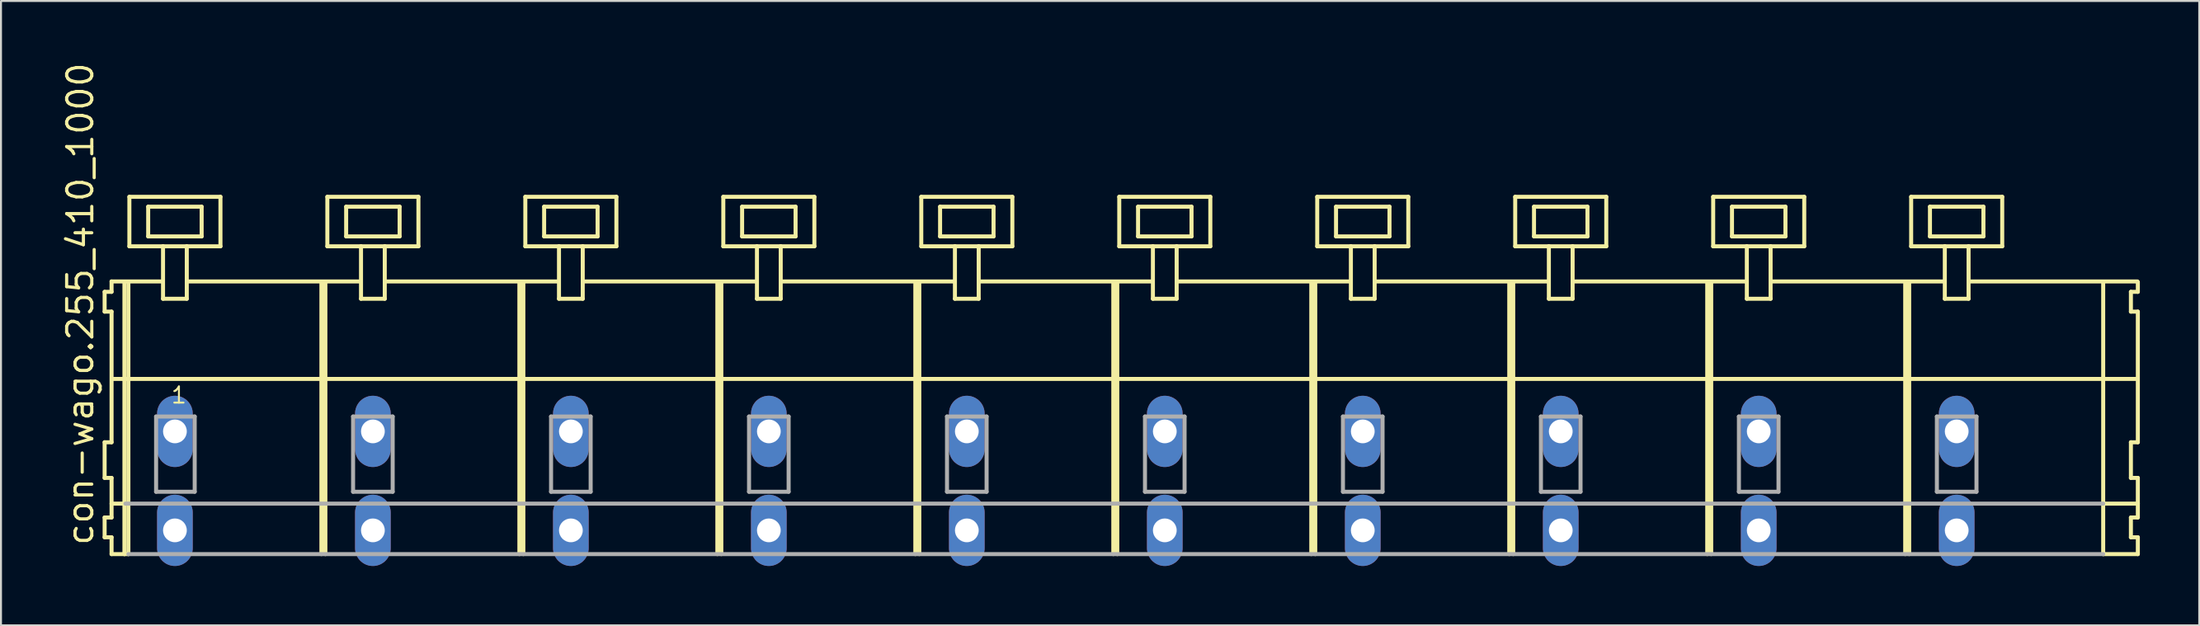
<source format=kicad_pcb>
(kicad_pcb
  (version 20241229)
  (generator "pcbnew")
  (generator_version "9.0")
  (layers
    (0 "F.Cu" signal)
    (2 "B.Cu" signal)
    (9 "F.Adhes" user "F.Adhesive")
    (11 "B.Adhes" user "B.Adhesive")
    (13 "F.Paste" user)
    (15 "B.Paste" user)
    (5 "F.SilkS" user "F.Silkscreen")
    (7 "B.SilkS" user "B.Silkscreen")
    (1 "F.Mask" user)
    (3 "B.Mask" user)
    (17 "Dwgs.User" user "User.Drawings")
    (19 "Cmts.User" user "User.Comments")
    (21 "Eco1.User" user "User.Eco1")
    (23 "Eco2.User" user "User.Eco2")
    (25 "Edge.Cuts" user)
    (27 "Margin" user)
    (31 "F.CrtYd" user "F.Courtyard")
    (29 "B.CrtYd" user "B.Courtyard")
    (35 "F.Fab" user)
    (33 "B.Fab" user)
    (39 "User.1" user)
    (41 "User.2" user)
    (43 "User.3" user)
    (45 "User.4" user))
  (footprint "con-wago.255_410_1000"
    (layer "F.Cu")
    (at 53.285 18.743)
    (property "Reference" "con-wago.255_410_1000" (at -51.535 5.855 90) (layer "F.SilkS") (effects (font (size 1.27 1.27) (thickness 0.16)) (justify left bottom)))
    (attr through_hole)
    (fp_line (start -51.05 -7.05) (end -51.05 -6.05) (stroke (width 0.203) (type default)) (layer "F.SilkS"))
    (fp_line (start -51.05 -6.05) (end -50.7 -6.05) (stroke (width 0.203) (type default)) (layer "F.SilkS"))
    (fp_line (start -51.05 0.55) (end -51.05 2.35) (stroke (width 0.203) (type default)) (layer "F.SilkS"))
    (fp_line (start -51.05 2.35) (end -50.7 2.35) (stroke (width 0.203) (type default)) (layer "F.SilkS"))
    (fp_line (start -51.05 4.35) (end -51.05 5.35) (stroke (width 0.203) (type default)) (layer "F.SilkS"))
    (fp_line (start -51.05 5.35) (end -50.7 5.35) (stroke (width 0.203) (type default)) (layer "F.SilkS"))
    (fp_line (start -50.7 -7.575) (end -50.7 -7.05) (stroke (width 0.203) (type default)) (layer "F.SilkS"))
    (fp_line (start -50.7 -7.575) (end -48.125 -7.575) (stroke (width 0.203) (type default)) (layer "F.SilkS"))
    (fp_line (start -50.7 -7.05) (end -51.05 -7.05) (stroke (width 0.203) (type default)) (layer "F.SilkS"))
    (fp_line (start -50.7 -6.05) (end -50.7 0.55) (stroke (width 0.203) (type default)) (layer "F.SilkS"))
    (fp_line (start -50.7 0.55) (end -51.05 0.55) (stroke (width 0.203) (type default)) (layer "F.SilkS"))
    (fp_line (start -50.7 2.35) (end -50.7 4.35) (stroke (width 0.203) (type default)) (layer "F.SilkS"))
    (fp_line (start -50.7 3.65) (end -50 3.65) (stroke (width 0.203) (type default)) (layer "F.SilkS"))
    (fp_line (start -50.7 4.35) (end -51.05 4.35) (stroke (width 0.203) (type default)) (layer "F.SilkS"))
    (fp_line (start -50.7 5.35) (end -50.7 6.2) (stroke (width 0.203) (type default)) (layer "F.SilkS"))
    (fp_line (start -50.7 6.2) (end -50.05 6.2) (stroke (width 0.203) (type default)) (layer "F.SilkS"))
    (fp_line (start -50.65 -2.65) (end 51.6 -2.65) (stroke (width 0.203) (type default)) (layer "F.SilkS"))
    (fp_line (start -50.05 -7.55) (end -50.05 6.2) (stroke (width 0.203) (type default)) (layer "F.SilkS"))
    (fp_line (start -50.05 6.2) (end -49.85 6.2) (stroke (width 0.203) (type default)) (layer "F.SilkS"))
    (fp_line (start -49.85 -7.55) (end -49.85 6.2) (stroke (width 0.203) (type default)) (layer "F.SilkS"))
    (fp_line (start -49.8 -11.85) (end -49.8 -9.35) (stroke (width 0.203) (type default)) (layer "F.SilkS"))
    (fp_line (start -49.8 -9.35) (end -48.1 -9.35) (stroke (width 0.203) (type default)) (layer "F.SilkS"))
    (fp_line (start -48.85 -11.35) (end -48.85 -9.85) (stroke (width 0.203) (type default)) (layer "F.SilkS"))
    (fp_line (start -48.85 -9.85) (end -46.15 -9.85) (stroke (width 0.203) (type default)) (layer "F.SilkS"))
    (fp_line (start -48.1 -9.35) (end -48.1 -6.7) (stroke (width 0.203) (type default)) (layer "F.SilkS"))
    (fp_line (start -48.1 -9.35) (end -46.9 -9.35) (stroke (width 0.203) (type default)) (layer "F.SilkS"))
    (fp_line (start -48.1 -6.7) (end -46.9 -6.7) (stroke (width 0.203) (type default)) (layer "F.SilkS"))
    (fp_line (start -46.9 -9.35) (end -45.2 -9.35) (stroke (width 0.203) (type default)) (layer "F.SilkS"))
    (fp_line (start -46.9 -6.7) (end -46.9 -9.35) (stroke (width 0.203) (type default)) (layer "F.SilkS"))
    (fp_line (start -46.825 -7.575) (end -38.125 -7.575) (stroke (width 0.203) (type default)) (layer "F.SilkS"))
    (fp_line (start -46.15 -11.35) (end -48.85 -11.35) (stroke (width 0.203) (type default)) (layer "F.SilkS"))
    (fp_line (start -46.15 -9.85) (end -46.15 -11.35) (stroke (width 0.203) (type default)) (layer "F.SilkS"))
    (fp_line (start -45.2 -11.85) (end -49.8 -11.85) (stroke (width 0.203) (type default)) (layer "F.SilkS"))
    (fp_line (start -45.2 -9.35) (end -45.2 -11.85) (stroke (width 0.203) (type default)) (layer "F.SilkS"))
    (fp_line (start -40.1 -7.55) (end -40.1 6.2) (stroke (width 0.203) (type default)) (layer "F.SilkS"))
    (fp_line (start -39.9 -7.55) (end -39.9 6.2) (stroke (width 0.203) (type default)) (layer "F.SilkS"))
    (fp_line (start -39.8 -11.85) (end -39.8 -9.35) (stroke (width 0.203) (type default)) (layer "F.SilkS"))
    (fp_line (start -39.8 -9.35) (end -38.1 -9.35) (stroke (width 0.203) (type default)) (layer "F.SilkS"))
    (fp_line (start -38.85 -11.35) (end -38.85 -9.85) (stroke (width 0.203) (type default)) (layer "F.SilkS"))
    (fp_line (start -38.85 -9.85) (end -36.15 -9.85) (stroke (width 0.203) (type default)) (layer "F.SilkS"))
    (fp_line (start -38.1 -9.35) (end -38.1 -6.7) (stroke (width 0.203) (type default)) (layer "F.SilkS"))
    (fp_line (start -38.1 -9.35) (end -36.9 -9.35) (stroke (width 0.203) (type default)) (layer "F.SilkS"))
    (fp_line (start -38.1 -6.7) (end -36.9 -6.7) (stroke (width 0.203) (type default)) (layer "F.SilkS"))
    (fp_line (start -36.9 -9.35) (end -35.2 -9.35) (stroke (width 0.203) (type default)) (layer "F.SilkS"))
    (fp_line (start -36.9 -6.7) (end -36.9 -9.35) (stroke (width 0.203) (type default)) (layer "F.SilkS"))
    (fp_line (start -36.825 -7.575) (end -28.125 -7.575) (stroke (width 0.203) (type default)) (layer "F.SilkS"))
    (fp_line (start -36.15 -11.35) (end -38.85 -11.35) (stroke (width 0.203) (type default)) (layer "F.SilkS"))
    (fp_line (start -36.15 -9.85) (end -36.15 -11.35) (stroke (width 0.203) (type default)) (layer "F.SilkS"))
    (fp_line (start -35.2 -11.85) (end -39.8 -11.85) (stroke (width 0.203) (type default)) (layer "F.SilkS"))
    (fp_line (start -35.2 -9.35) (end -35.2 -11.85) (stroke (width 0.203) (type default)) (layer "F.SilkS"))
    (fp_line (start -30.1 -7.55) (end -30.1 6.2) (stroke (width 0.203) (type default)) (layer "F.SilkS"))
    (fp_line (start -29.9 -7.55) (end -29.9 6.2) (stroke (width 0.203) (type default)) (layer "F.SilkS"))
    (fp_line (start -29.8 -11.85) (end -29.8 -9.35) (stroke (width 0.203) (type default)) (layer "F.SilkS"))
    (fp_line (start -29.8 -9.35) (end -28.1 -9.35) (stroke (width 0.203) (type default)) (layer "F.SilkS"))
    (fp_line (start -28.85 -11.35) (end -28.85 -9.85) (stroke (width 0.203) (type default)) (layer "F.SilkS"))
    (fp_line (start -28.85 -9.85) (end -26.15 -9.85) (stroke (width 0.203) (type default)) (layer "F.SilkS"))
    (fp_line (start -28.1 -9.35) (end -28.1 -6.7) (stroke (width 0.203) (type default)) (layer "F.SilkS"))
    (fp_line (start -28.1 -9.35) (end -26.9 -9.35) (stroke (width 0.203) (type default)) (layer "F.SilkS"))
    (fp_line (start -28.1 -6.7) (end -26.9 -6.7) (stroke (width 0.203) (type default)) (layer "F.SilkS"))
    (fp_line (start -26.9 -9.35) (end -25.2 -9.35) (stroke (width 0.203) (type default)) (layer "F.SilkS"))
    (fp_line (start -26.9 -6.7) (end -26.9 -9.35) (stroke (width 0.203) (type default)) (layer "F.SilkS"))
    (fp_line (start -26.825 -7.575) (end -18.125 -7.575) (stroke (width 0.203) (type default)) (layer "F.SilkS"))
    (fp_line (start -26.15 -11.35) (end -28.85 -11.35) (stroke (width 0.203) (type default)) (layer "F.SilkS"))
    (fp_line (start -26.15 -9.85) (end -26.15 -11.35) (stroke (width 0.203) (type default)) (layer "F.SilkS"))
    (fp_line (start -25.2 -11.85) (end -29.8 -11.85) (stroke (width 0.203) (type default)) (layer "F.SilkS"))
    (fp_line (start -25.2 -9.35) (end -25.2 -11.85) (stroke (width 0.203) (type default)) (layer "F.SilkS"))
    (fp_line (start -20.1 -7.55) (end -20.1 6.2) (stroke (width 0.203) (type default)) (layer "F.SilkS"))
    (fp_line (start -19.9 -7.55) (end -19.9 6.2) (stroke (width 0.203) (type default)) (layer "F.SilkS"))
    (fp_line (start -19.8 -11.85) (end -19.8 -9.35) (stroke (width 0.203) (type default)) (layer "F.SilkS"))
    (fp_line (start -19.8 -9.35) (end -18.1 -9.35) (stroke (width 0.203) (type default)) (layer "F.SilkS"))
    (fp_line (start -18.85 -11.35) (end -18.85 -9.85) (stroke (width 0.203) (type default)) (layer "F.SilkS"))
    (fp_line (start -18.85 -9.85) (end -16.15 -9.85) (stroke (width 0.203) (type default)) (layer "F.SilkS"))
    (fp_line (start -18.1 -9.35) (end -18.1 -6.7) (stroke (width 0.203) (type default)) (layer "F.SilkS"))
    (fp_line (start -18.1 -9.35) (end -16.9 -9.35) (stroke (width 0.203) (type default)) (layer "F.SilkS"))
    (fp_line (start -18.1 -6.7) (end -16.9 -6.7) (stroke (width 0.203) (type default)) (layer "F.SilkS"))
    (fp_line (start -16.9 -9.35) (end -15.2 -9.35) (stroke (width 0.203) (type default)) (layer "F.SilkS"))
    (fp_line (start -16.9 -6.7) (end -16.9 -9.35) (stroke (width 0.203) (type default)) (layer "F.SilkS"))
    (fp_line (start -16.825 -7.575) (end -8.125 -7.575) (stroke (width 0.203) (type default)) (layer "F.SilkS"))
    (fp_line (start -16.15 -11.35) (end -18.85 -11.35) (stroke (width 0.203) (type default)) (layer "F.SilkS"))
    (fp_line (start -16.15 -9.85) (end -16.15 -11.35) (stroke (width 0.203) (type default)) (layer "F.SilkS"))
    (fp_line (start -15.2 -11.85) (end -19.8 -11.85) (stroke (width 0.203) (type default)) (layer "F.SilkS"))
    (fp_line (start -15.2 -9.35) (end -15.2 -11.85) (stroke (width 0.203) (type default)) (layer "F.SilkS"))
    (fp_line (start -10.1 -7.55) (end -10.1 6.2) (stroke (width 0.203) (type default)) (layer "F.SilkS"))
    (fp_line (start -9.9 -7.55) (end -9.9 6.2) (stroke (width 0.203) (type default)) (layer "F.SilkS"))
    (fp_line (start -9.8 -11.85) (end -9.8 -9.35) (stroke (width 0.203) (type default)) (layer "F.SilkS"))
    (fp_line (start -9.8 -9.35) (end -8.1 -9.35) (stroke (width 0.203) (type default)) (layer "F.SilkS"))
    (fp_line (start -8.85 -11.35) (end -8.85 -9.85) (stroke (width 0.203) (type default)) (layer "F.SilkS"))
    (fp_line (start -8.85 -9.85) (end -6.15 -9.85) (stroke (width 0.203) (type default)) (layer "F.SilkS"))
    (fp_line (start -8.1 -9.35) (end -8.1 -6.7) (stroke (width 0.203) (type default)) (layer "F.SilkS"))
    (fp_line (start -8.1 -9.35) (end -6.9 -9.35) (stroke (width 0.203) (type default)) (layer "F.SilkS"))
    (fp_line (start -8.1 -6.7) (end -6.9 -6.7) (stroke (width 0.203) (type default)) (layer "F.SilkS"))
    (fp_line (start -6.9 -9.35) (end -5.2 -9.35) (stroke (width 0.203) (type default)) (layer "F.SilkS"))
    (fp_line (start -6.9 -6.7) (end -6.9 -9.35) (stroke (width 0.203) (type default)) (layer "F.SilkS"))
    (fp_line (start -6.825 -7.575) (end 1.875 -7.575) (stroke (width 0.203) (type default)) (layer "F.SilkS"))
    (fp_line (start -6.15 -11.35) (end -8.85 -11.35) (stroke (width 0.203) (type default)) (layer "F.SilkS"))
    (fp_line (start -6.15 -9.85) (end -6.15 -11.35) (stroke (width 0.203) (type default)) (layer "F.SilkS"))
    (fp_line (start -5.2 -11.85) (end -9.8 -11.85) (stroke (width 0.203) (type default)) (layer "F.SilkS"))
    (fp_line (start -5.2 -9.35) (end -5.2 -11.85) (stroke (width 0.203) (type default)) (layer "F.SilkS"))
    (fp_line (start -0.1 -7.55) (end -0.1 6.2) (stroke (width 0.203) (type default)) (layer "F.SilkS"))
    (fp_line (start 0.1 -7.55) (end 0.1 6.2) (stroke (width 0.203) (type default)) (layer "F.SilkS"))
    (fp_line (start 0.2 -11.85) (end 0.2 -9.35) (stroke (width 0.203) (type default)) (layer "F.SilkS"))
    (fp_line (start 0.2 -9.35) (end 1.9 -9.35) (stroke (width 0.203) (type default)) (layer "F.SilkS"))
    (fp_line (start 1.15 -11.35) (end 1.15 -9.85) (stroke (width 0.203) (type default)) (layer "F.SilkS"))
    (fp_line (start 1.15 -9.85) (end 3.85 -9.85) (stroke (width 0.203) (type default)) (layer "F.SilkS"))
    (fp_line (start 1.9 -9.35) (end 1.9 -6.7) (stroke (width 0.203) (type default)) (layer "F.SilkS"))
    (fp_line (start 1.9 -9.35) (end 3.1 -9.35) (stroke (width 0.203) (type default)) (layer "F.SilkS"))
    (fp_line (start 1.9 -6.7) (end 3.1 -6.7) (stroke (width 0.203) (type default)) (layer "F.SilkS"))
    (fp_line (start 3.1 -9.35) (end 4.8 -9.35) (stroke (width 0.203) (type default)) (layer "F.SilkS"))
    (fp_line (start 3.1 -6.7) (end 3.1 -9.35) (stroke (width 0.203) (type default)) (layer "F.SilkS"))
    (fp_line (start 3.175 -7.575) (end 11.875 -7.575) (stroke (width 0.203) (type default)) (layer "F.SilkS"))
    (fp_line (start 3.85 -11.35) (end 1.15 -11.35) (stroke (width 0.203) (type default)) (layer "F.SilkS"))
    (fp_line (start 3.85 -9.85) (end 3.85 -11.35) (stroke (width 0.203) (type default)) (layer "F.SilkS"))
    (fp_line (start 4.8 -11.85) (end 0.2 -11.85) (stroke (width 0.203) (type default)) (layer "F.SilkS"))
    (fp_line (start 4.8 -9.35) (end 4.8 -11.85) (stroke (width 0.203) (type default)) (layer "F.SilkS"))
    (fp_line (start 9.9 -7.55) (end 9.9 6.2) (stroke (width 0.203) (type default)) (layer "F.SilkS"))
    (fp_line (start 10.1 -7.55) (end 10.1 6.2) (stroke (width 0.203) (type default)) (layer "F.SilkS"))
    (fp_line (start 10.2 -11.85) (end 10.2 -9.35) (stroke (width 0.203) (type default)) (layer "F.SilkS"))
    (fp_line (start 10.2 -9.35) (end 11.9 -9.35) (stroke (width 0.203) (type default)) (layer "F.SilkS"))
    (fp_line (start 11.15 -11.35) (end 11.15 -9.85) (stroke (width 0.203) (type default)) (layer "F.SilkS"))
    (fp_line (start 11.15 -9.85) (end 13.85 -9.85) (stroke (width 0.203) (type default)) (layer "F.SilkS"))
    (fp_line (start 11.9 -9.35) (end 11.9 -6.7) (stroke (width 0.203) (type default)) (layer "F.SilkS"))
    (fp_line (start 11.9 -9.35) (end 13.1 -9.35) (stroke (width 0.203) (type default)) (layer "F.SilkS"))
    (fp_line (start 11.9 -6.7) (end 13.1 -6.7) (stroke (width 0.203) (type default)) (layer "F.SilkS"))
    (fp_line (start 13.1 -9.35) (end 14.8 -9.35) (stroke (width 0.203) (type default)) (layer "F.SilkS"))
    (fp_line (start 13.1 -6.7) (end 13.1 -9.35) (stroke (width 0.203) (type default)) (layer "F.SilkS"))
    (fp_line (start 13.175 -7.575) (end 21.875 -7.575) (stroke (width 0.203) (type default)) (layer "F.SilkS"))
    (fp_line (start 13.85 -11.35) (end 11.15 -11.35) (stroke (width 0.203) (type default)) (layer "F.SilkS"))
    (fp_line (start 13.85 -9.85) (end 13.85 -11.35) (stroke (width 0.203) (type default)) (layer "F.SilkS"))
    (fp_line (start 14.8 -11.85) (end 10.2 -11.85) (stroke (width 0.203) (type default)) (layer "F.SilkS"))
    (fp_line (start 14.8 -9.35) (end 14.8 -11.85) (stroke (width 0.203) (type default)) (layer "F.SilkS"))
    (fp_line (start 19.9 -7.55) (end 19.9 6.2) (stroke (width 0.203) (type default)) (layer "F.SilkS"))
    (fp_line (start 20.1 -7.55) (end 20.1 6.2) (stroke (width 0.203) (type default)) (layer "F.SilkS"))
    (fp_line (start 20.2 -11.85) (end 20.2 -9.35) (stroke (width 0.203) (type default)) (layer "F.SilkS"))
    (fp_line (start 20.2 -9.35) (end 21.9 -9.35) (stroke (width 0.203) (type default)) (layer "F.SilkS"))
    (fp_line (start 21.15 -11.35) (end 21.15 -9.85) (stroke (width 0.203) (type default)) (layer "F.SilkS"))
    (fp_line (start 21.15 -9.85) (end 23.85 -9.85) (stroke (width 0.203) (type default)) (layer "F.SilkS"))
    (fp_line (start 21.9 -9.35) (end 21.9 -6.7) (stroke (width 0.203) (type default)) (layer "F.SilkS"))
    (fp_line (start 21.9 -9.35) (end 23.1 -9.35) (stroke (width 0.203) (type default)) (layer "F.SilkS"))
    (fp_line (start 21.9 -6.7) (end 23.1 -6.7) (stroke (width 0.203) (type default)) (layer "F.SilkS"))
    (fp_line (start 23.1 -9.35) (end 24.8 -9.35) (stroke (width 0.203) (type default)) (layer "F.SilkS"))
    (fp_line (start 23.1 -6.7) (end 23.1 -9.35) (stroke (width 0.203) (type default)) (layer "F.SilkS"))
    (fp_line (start 23.175 -7.575) (end 31.875 -7.575) (stroke (width 0.203) (type default)) (layer "F.SilkS"))
    (fp_line (start 23.85 -11.35) (end 21.15 -11.35) (stroke (width 0.203) (type default)) (layer "F.SilkS"))
    (fp_line (start 23.85 -9.85) (end 23.85 -11.35) (stroke (width 0.203) (type default)) (layer "F.SilkS"))
    (fp_line (start 24.8 -11.85) (end 20.2 -11.85) (stroke (width 0.203) (type default)) (layer "F.SilkS"))
    (fp_line (start 24.8 -9.35) (end 24.8 -11.85) (stroke (width 0.203) (type default)) (layer "F.SilkS"))
    (fp_line (start 29.9 -7.55) (end 29.9 6.2) (stroke (width 0.203) (type default)) (layer "F.SilkS"))
    (fp_line (start 30.1 -7.55) (end 30.1 6.2) (stroke (width 0.203) (type default)) (layer "F.SilkS"))
    (fp_line (start 30.2 -11.85) (end 30.2 -9.35) (stroke (width 0.203) (type default)) (layer "F.SilkS"))
    (fp_line (start 30.2 -9.35) (end 31.9 -9.35) (stroke (width 0.203) (type default)) (layer "F.SilkS"))
    (fp_line (start 31.15 -11.35) (end 31.15 -9.85) (stroke (width 0.203) (type default)) (layer "F.SilkS"))
    (fp_line (start 31.15 -9.85) (end 33.85 -9.85) (stroke (width 0.203) (type default)) (layer "F.SilkS"))
    (fp_line (start 31.9 -9.35) (end 31.9 -6.7) (stroke (width 0.203) (type default)) (layer "F.SilkS"))
    (fp_line (start 31.9 -9.35) (end 33.1 -9.35) (stroke (width 0.203) (type default)) (layer "F.SilkS"))
    (fp_line (start 31.9 -6.7) (end 33.1 -6.7) (stroke (width 0.203) (type default)) (layer "F.SilkS"))
    (fp_line (start 33.1 -9.35) (end 34.8 -9.35) (stroke (width 0.203) (type default)) (layer "F.SilkS"))
    (fp_line (start 33.1 -6.7) (end 33.1 -9.35) (stroke (width 0.203) (type default)) (layer "F.SilkS"))
    (fp_line (start 33.175 -7.575) (end 41.875 -7.575) (stroke (width 0.203) (type default)) (layer "F.SilkS"))
    (fp_line (start 33.85 -11.35) (end 31.15 -11.35) (stroke (width 0.203) (type default)) (layer "F.SilkS"))
    (fp_line (start 33.85 -9.85) (end 33.85 -11.35) (stroke (width 0.203) (type default)) (layer "F.SilkS"))
    (fp_line (start 34.8 -11.85) (end 30.2 -11.85) (stroke (width 0.203) (type default)) (layer "F.SilkS"))
    (fp_line (start 34.8 -9.35) (end 34.8 -11.85) (stroke (width 0.203) (type default)) (layer "F.SilkS"))
    (fp_line (start 39.9 -7.55) (end 39.9 6.2) (stroke (width 0.203) (type default)) (layer "F.SilkS"))
    (fp_line (start 40.1 -7.55) (end 40.1 6.2) (stroke (width 0.203) (type default)) (layer "F.SilkS"))
    (fp_line (start 40.2 -11.85) (end 40.2 -9.35) (stroke (width 0.203) (type default)) (layer "F.SilkS"))
    (fp_line (start 40.2 -9.35) (end 41.9 -9.35) (stroke (width 0.203) (type default)) (layer "F.SilkS"))
    (fp_line (start 41.15 -11.35) (end 41.15 -9.85) (stroke (width 0.203) (type default)) (layer "F.SilkS"))
    (fp_line (start 41.15 -9.85) (end 43.85 -9.85) (stroke (width 0.203) (type default)) (layer "F.SilkS"))
    (fp_line (start 41.9 -9.35) (end 41.9 -6.7) (stroke (width 0.203) (type default)) (layer "F.SilkS"))
    (fp_line (start 41.9 -9.35) (end 43.1 -9.35) (stroke (width 0.203) (type default)) (layer "F.SilkS"))
    (fp_line (start 41.9 -6.7) (end 43.1 -6.7) (stroke (width 0.203) (type default)) (layer "F.SilkS"))
    (fp_line (start 43.1 -9.35) (end 44.8 -9.35) (stroke (width 0.203) (type default)) (layer "F.SilkS"))
    (fp_line (start 43.1 -6.7) (end 43.1 -9.35) (stroke (width 0.203) (type default)) (layer "F.SilkS"))
    (fp_line (start 43.125 -7.575) (end 51.625 -7.575) (stroke (width 0.203) (type default)) (layer "F.SilkS"))
    (fp_line (start 43.85 -11.35) (end 41.15 -11.35) (stroke (width 0.203) (type default)) (layer "F.SilkS"))
    (fp_line (start 43.85 -9.85) (end 43.85 -11.35) (stroke (width 0.203) (type default)) (layer "F.SilkS"))
    (fp_line (start 44.8 -11.85) (end 40.2 -11.85) (stroke (width 0.203) (type default)) (layer "F.SilkS"))
    (fp_line (start 44.8 -9.35) (end 44.8 -11.85) (stroke (width 0.203) (type default)) (layer "F.SilkS"))
    (fp_line (start 49.9 -7.55) (end 49.9 6.2) (stroke (width 0.203) (type default)) (layer "F.SilkS"))
    (fp_line (start 49.9 6.2) (end 51.65 6.2) (stroke (width 0.203) (type default)) (layer "F.SilkS"))
    (fp_line (start 49.95 3.65) (end 51.65 3.65) (stroke (width 0.203) (type default)) (layer "F.SilkS"))
    (fp_line (start 51.3 -7.05) (end 51.3 -6.05) (stroke (width 0.203) (type default)) (layer "F.SilkS"))
    (fp_line (start 51.3 -6.05) (end 51.65 -6.05) (stroke (width 0.203) (type default)) (layer "F.SilkS"))
    (fp_line (start 51.3 0.55) (end 51.3 2.35) (stroke (width 0.203) (type default)) (layer "F.SilkS"))
    (fp_line (start 51.3 2.35) (end 51.65 2.35) (stroke (width 0.203) (type default)) (layer "F.SilkS"))
    (fp_line (start 51.3 4.35) (end 51.3 5.35) (stroke (width 0.203) (type default)) (layer "F.SilkS"))
    (fp_line (start 51.3 5.35) (end 51.65 5.35) (stroke (width 0.203) (type default)) (layer "F.SilkS"))
    (fp_line (start 51.65 -7.05) (end 51.3 -7.05) (stroke (width 0.203) (type default)) (layer "F.SilkS"))
    (fp_line (start 51.65 -7.05) (end 51.65 -7.55) (stroke (width 0.203) (type default)) (layer "F.SilkS"))
    (fp_line (start 51.65 0.55) (end 51.3 0.55) (stroke (width 0.203) (type default)) (layer "F.SilkS"))
    (fp_line (start 51.65 0.55) (end 51.65 -6.05) (stroke (width 0.203) (type default)) (layer "F.SilkS"))
    (fp_line (start 51.65 3.65) (end 51.65 2.35) (stroke (width 0.203) (type default)) (layer "F.SilkS"))
    (fp_line (start 51.65 4.35) (end 51.3 4.35) (stroke (width 0.203) (type default)) (layer "F.SilkS"))
    (fp_line (start 51.65 4.35) (end 51.65 3.65) (stroke (width 0.203) (type default)) (layer "F.SilkS"))
    (fp_line (start 51.65 6.2) (end 51.65 5.35) (stroke (width 0.203) (type default)) (layer "F.SilkS"))
    (fp_line (start -50 3.65) (end 49.9 3.65) (stroke (width 0.203) (type default)) (layer "F.Fab"))
    (fp_line (start -49.85 6.2) (end 49.9 6.2) (stroke (width 0.203) (type default)) (layer "F.Fab"))
    (fp_line (start -48.45 -0.75) (end -48.45 3.05) (stroke (width 0.203) (type default)) (layer "F.Fab"))
    (fp_line (start -48.45 3.05) (end -46.5 3.05) (stroke (width 0.203) (type default)) (layer "F.Fab"))
    (fp_line (start -46.5 -0.75) (end -48.45 -0.75) (stroke (width 0.203) (type default)) (layer "F.Fab"))
    (fp_line (start -46.5 3.05) (end -46.5 -0.75) (stroke (width 0.203) (type default)) (layer "F.Fab"))
    (fp_line (start -38.5 -0.75) (end -38.5 3.05) (stroke (width 0.203) (type default)) (layer "F.Fab"))
    (fp_line (start -38.5 3.05) (end -36.5 3.05) (stroke (width 0.203) (type default)) (layer "F.Fab"))
    (fp_line (start -36.5 -0.75) (end -38.5 -0.75) (stroke (width 0.203) (type default)) (layer "F.Fab"))
    (fp_line (start -36.5 3.05) (end -36.5 -0.75) (stroke (width 0.203) (type default)) (layer "F.Fab"))
    (fp_line (start -28.5 -0.75) (end -28.5 3.05) (stroke (width 0.203) (type default)) (layer "F.Fab"))
    (fp_line (start -28.5 3.05) (end -26.5 3.05) (stroke (width 0.203) (type default)) (layer "F.Fab"))
    (fp_line (start -26.5 -0.75) (end -28.5 -0.75) (stroke (width 0.203) (type default)) (layer "F.Fab"))
    (fp_line (start -26.5 3.05) (end -26.5 -0.75) (stroke (width 0.203) (type default)) (layer "F.Fab"))
    (fp_line (start -18.5 -0.75) (end -18.5 3.05) (stroke (width 0.203) (type default)) (layer "F.Fab"))
    (fp_line (start -18.5 3.05) (end -16.5 3.05) (stroke (width 0.203) (type default)) (layer "F.Fab"))
    (fp_line (start -16.5 -0.75) (end -18.5 -0.75) (stroke (width 0.203) (type default)) (layer "F.Fab"))
    (fp_line (start -16.5 3.05) (end -16.5 -0.75) (stroke (width 0.203) (type default)) (layer "F.Fab"))
    (fp_line (start -8.5 -0.75) (end -8.5 3.05) (stroke (width 0.203) (type default)) (layer "F.Fab"))
    (fp_line (start -8.5 3.05) (end -6.5 3.05) (stroke (width 0.203) (type default)) (layer "F.Fab"))
    (fp_line (start -6.5 -0.75) (end -8.5 -0.75) (stroke (width 0.203) (type default)) (layer "F.Fab"))
    (fp_line (start -6.5 3.05) (end -6.5 -0.75) (stroke (width 0.203) (type default)) (layer "F.Fab"))
    (fp_line (start 1.5 -0.75) (end 1.5 3.05) (stroke (width 0.203) (type default)) (layer "F.Fab"))
    (fp_line (start 1.5 3.05) (end 3.5 3.05) (stroke (width 0.203) (type default)) (layer "F.Fab"))
    (fp_line (start 3.5 -0.75) (end 1.5 -0.75) (stroke (width 0.203) (type default)) (layer "F.Fab"))
    (fp_line (start 3.5 3.05) (end 3.5 -0.75) (stroke (width 0.203) (type default)) (layer "F.Fab"))
    (fp_line (start 11.5 -0.75) (end 11.5 3.05) (stroke (width 0.203) (type default)) (layer "F.Fab"))
    (fp_line (start 11.5 3.05) (end 13.5 3.05) (stroke (width 0.203) (type default)) (layer "F.Fab"))
    (fp_line (start 13.5 -0.75) (end 11.5 -0.75) (stroke (width 0.203) (type default)) (layer "F.Fab"))
    (fp_line (start 13.5 3.05) (end 13.5 -0.75) (stroke (width 0.203) (type default)) (layer "F.Fab"))
    (fp_line (start 21.5 -0.75) (end 21.5 3.05) (stroke (width 0.203) (type default)) (layer "F.Fab"))
    (fp_line (start 21.5 3.05) (end 23.5 3.05) (stroke (width 0.203) (type default)) (layer "F.Fab"))
    (fp_line (start 23.5 -0.75) (end 21.5 -0.75) (stroke (width 0.203) (type default)) (layer "F.Fab"))
    (fp_line (start 23.5 3.05) (end 23.5 -0.75) (stroke (width 0.203) (type default)) (layer "F.Fab"))
    (fp_line (start 31.5 -0.75) (end 31.5 3.05) (stroke (width 0.203) (type default)) (layer "F.Fab"))
    (fp_line (start 31.5 3.05) (end 33.5 3.05) (stroke (width 0.203) (type default)) (layer "F.Fab"))
    (fp_line (start 33.5 -0.75) (end 31.5 -0.75) (stroke (width 0.203) (type default)) (layer "F.Fab"))
    (fp_line (start 33.5 3.05) (end 33.5 -0.75) (stroke (width 0.203) (type default)) (layer "F.Fab"))
    (fp_line (start 41.5 -0.75) (end 41.5 3.05) (stroke (width 0.203) (type default)) (layer "F.Fab"))
    (fp_line (start 41.5 3.05) (end 43.5 3.05) (stroke (width 0.203) (type default)) (layer "F.Fab"))
    (fp_line (start 43.5 -0.75) (end 41.5 -0.75) (stroke (width 0.203) (type default)) (layer "F.Fab"))
    (fp_line (start 43.5 3.05) (end 43.5 -0.75) (stroke (width 0.203) (type default)) (layer "F.Fab"))
    (fp_text user "1" (at -47.75 -1.35 0) (layer "F.SilkS") (effects (font (size 0.813 0.813) (thickness 0.1)) (justify left bottom)))
    (pad "A1" thru_hole oval (at -47.5 0 90) (size 3.6 1.8) (drill 1.2) (layers "*.Cu" "*.Mask"))
    (pad "A2" thru_hole oval (at -37.5 0 90) (size 3.6 1.8) (drill 1.2) (layers "*.Cu" "*.Mask"))
    (pad "A3" thru_hole oval (at -27.5 0 90) (size 3.6 1.8) (drill 1.2) (layers "*.Cu" "*.Mask"))
    (pad "A4" thru_hole oval (at -17.5 0 90) (size 3.6 1.8) (drill 1.2) (layers "*.Cu" "*.Mask"))
    (pad "A5" thru_hole oval (at -7.5 0 90) (size 3.6 1.8) (drill 1.2) (layers "*.Cu" "*.Mask"))
    (pad "A6" thru_hole oval (at 2.5 0 90) (size 3.6 1.8) (drill 1.2) (layers "*.Cu" "*.Mask"))
    (pad "A7" thru_hole oval (at 12.5 0 90) (size 3.6 1.8) (drill 1.2) (layers "*.Cu" "*.Mask"))
    (pad "A8" thru_hole oval (at 22.5 0 90) (size 3.6 1.8) (drill 1.2) (layers "*.Cu" "*.Mask"))
    (pad "A9" thru_hole oval (at 32.5 0 90) (size 3.6 1.8) (drill 1.2) (layers "*.Cu" "*.Mask"))
    (pad "A10" thru_hole oval (at 42.5 0 90) (size 3.6 1.8) (drill 1.2) (layers "*.Cu" "*.Mask"))
    (pad "B1" thru_hole oval (at -47.5 5 90) (size 3.6 1.8) (drill 1.2) (layers "*.Cu" "*.Mask"))
    (pad "B2" thru_hole oval (at -37.5 5 90) (size 3.6 1.8) (drill 1.2) (layers "*.Cu" "*.Mask"))
    (pad "B3" thru_hole oval (at -27.5 5 90) (size 3.6 1.8) (drill 1.2) (layers "*.Cu" "*.Mask"))
    (pad "B4" thru_hole oval (at -17.5 5 90) (size 3.6 1.8) (drill 1.2) (layers "*.Cu" "*.Mask"))
    (pad "B5" thru_hole oval (at -7.5 5 90) (size 3.6 1.8) (drill 1.2) (layers "*.Cu" "*.Mask"))
    (pad "B6" thru_hole oval (at 2.5 5 90) (size 3.6 1.8) (drill 1.2) (layers "*.Cu" "*.Mask"))
    (pad "B7" thru_hole oval (at 12.5 5 90) (size 3.6 1.8) (drill 1.2) (layers "*.Cu" "*.Mask"))
    (pad "B8" thru_hole oval (at 22.5 5 90) (size 3.6 1.8) (drill 1.2) (layers "*.Cu" "*.Mask"))
    (pad "B9" thru_hole oval (at 32.5 5 90) (size 3.6 1.8) (drill 1.2) (layers "*.Cu" "*.Mask"))
    (pad "B10" thru_hole oval (at 42.5 5 90) (size 3.6 1.8) (drill 1.2) (layers "*.Cu" "*.Mask")))
  (gr_rect
    (start -3 -3)
    (end 108.037 28.543)
    (stroke (width 0.1) (type default))
    (fill no)
    (layer "Edge.Cuts")))
</source>
